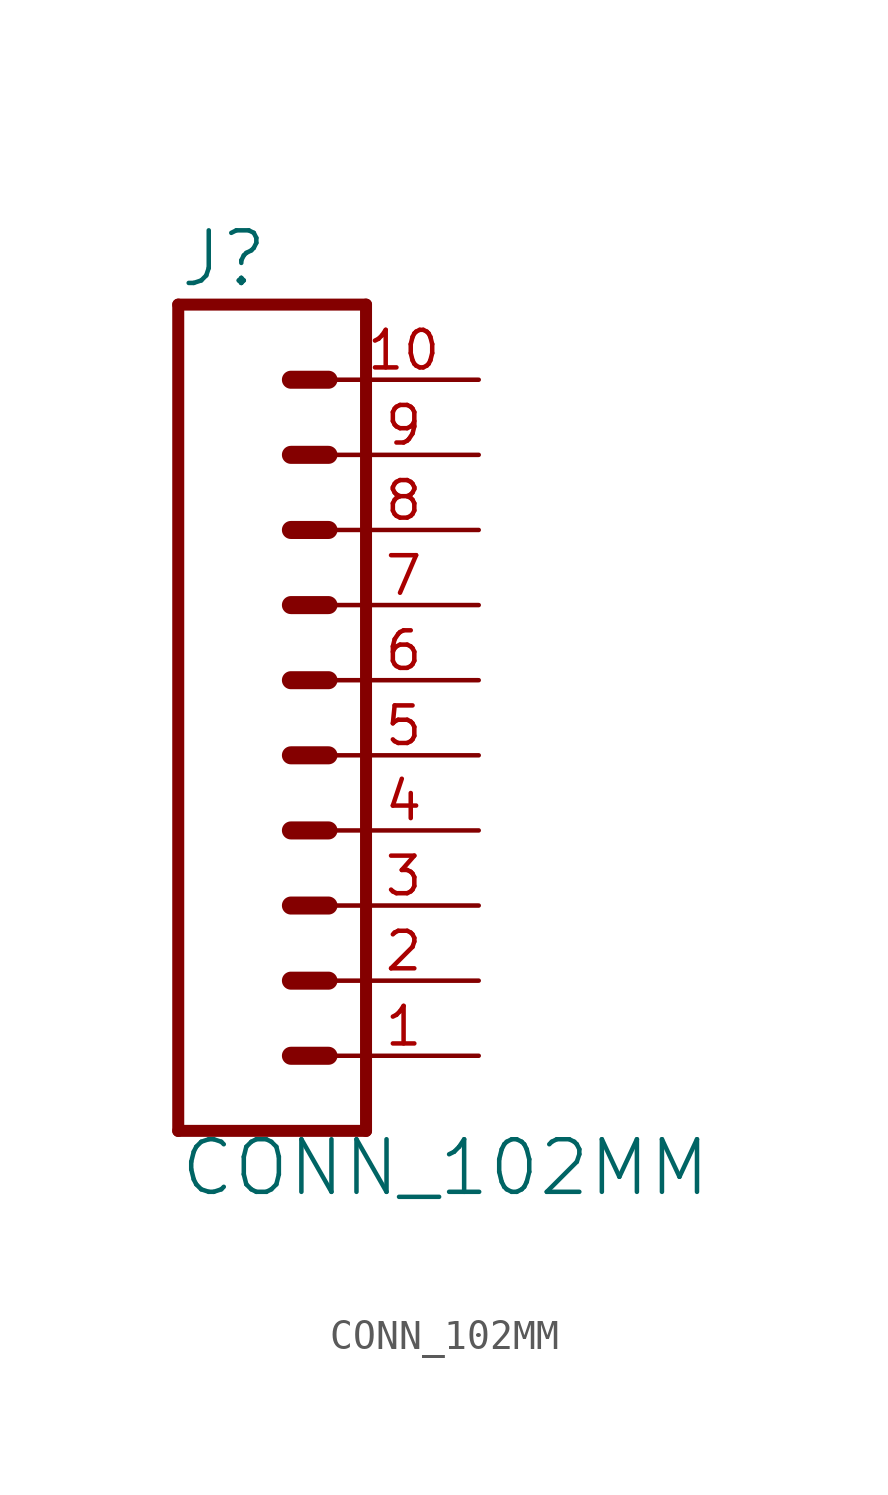
<source format=kicad_sym>
(kicad_symbol_lib
  (version 20211014)
  (generator kicad_symbol_editor)
  (symbol "CONN_102MM"
    (property "Reference" "J"
      (at 0 8.128 0)
      (effects (font (size 1.778 1.778)) (justify left bottom)))
    (property "Value" "CONN_102MM"
      (at 0 -22.606 0)
      (effects (font (size 1.778 1.778)) (justify left bottom)))
    (property "ki_locked" ""
      (at 0 0 0)
      (effects (font (size 1.27 1.27))))
    (symbol "CONN_102MM_1_0"
      (polyline (pts (xy 0 7.62) (xy 0 -20.32)) (stroke (width 0.406) (type default) (color 0 0 0 0)) (fill (type none)))
      (polyline (pts (xy 0 7.62) (xy 6.35 7.62)) (stroke (width 0.406) (type default) (color 0 0 0 0)) (fill (type none)))
      (polyline (pts (xy 3.81 -17.78) (xy 5.08 -17.78)) (stroke (width 0.61) (type default) (color 0 0 0 0)) (fill (type none)))
      (polyline (pts (xy 3.81 -15.24) (xy 5.08 -15.24)) (stroke (width 0.61) (type default) (color 0 0 0 0)) (fill (type none)))
      (polyline (pts (xy 3.81 -12.7) (xy 5.08 -12.7)) (stroke (width 0.61) (type default) (color 0 0 0 0)) (fill (type none)))
      (polyline (pts (xy 3.81 -10.16) (xy 5.08 -10.16)) (stroke (width 0.61) (type default) (color 0 0 0 0)) (fill (type none)))
      (polyline (pts (xy 3.81 -7.62) (xy 5.08 -7.62)) (stroke (width 0.61) (type default) (color 0 0 0 0)) (fill (type none)))
      (polyline (pts (xy 3.81 -5.08) (xy 5.08 -5.08)) (stroke (width 0.61) (type default) (color 0 0 0 0)) (fill (type none)))
      (polyline (pts (xy 3.81 -2.54) (xy 5.08 -2.54)) (stroke (width 0.61) (type default) (color 0 0 0 0)) (fill (type none)))
      (polyline (pts (xy 3.81 0) (xy 5.08 0)) (stroke (width 0.61) (type default) (color 0 0 0 0)) (fill (type none)))
      (polyline (pts (xy 3.81 2.54) (xy 5.08 2.54)) (stroke (width 0.61) (type default) (color 0 0 0 0)) (fill (type none)))
      (polyline (pts (xy 3.81 5.08) (xy 5.08 5.08)) (stroke (width 0.61) (type default) (color 0 0 0 0)) (fill (type none)))
      (polyline (pts (xy 6.35 -20.32) (xy 0 -20.32)) (stroke (width 0.406) (type default) (color 0 0 0 0)) (fill (type none)))
      (polyline (pts (xy 6.35 -20.32) (xy 6.35 7.62)) (stroke (width 0.406) (type default) (color 0 0 0 0)) (fill (type none)))
      (pin passive line (at 10.16 -17.78 180) (length 5.08) (name "1" (effects (font (size 0 0)))) (number "1" (effects (font (size 1.27 1.27)))))
      (pin passive line (at 10.16 5.08 180) (length 5.08) (name "10" (effects (font (size 0 0)))) (number "10" (effects (font (size 1.27 1.27)))))
      (pin passive line (at 10.16 -15.24 180) (length 5.08) (name "2" (effects (font (size 0 0)))) (number "2" (effects (font (size 1.27 1.27)))))
      (pin passive line (at 10.16 -12.7 180) (length 5.08) (name "3" (effects (font (size 0 0)))) (number "3" (effects (font (size 1.27 1.27)))))
      (pin passive line (at 10.16 -10.16 180) (length 5.08) (name "4" (effects (font (size 0 0)))) (number "4" (effects (font (size 1.27 1.27)))))
      (pin passive line (at 10.16 -7.62 180) (length 5.08) (name "5" (effects (font (size 0 0)))) (number "5" (effects (font (size 1.27 1.27)))))
      (pin passive line (at 10.16 -5.08 180) (length 5.08) (name "6" (effects (font (size 0 0)))) (number "6" (effects (font (size 1.27 1.27)))))
      (pin passive line (at 10.16 -2.54 180) (length 5.08) (name "7" (effects (font (size 0 0)))) (number "7" (effects (font (size 1.27 1.27)))))
      (pin passive line (at 10.16 0 180) (length 5.08) (name "8" (effects (font (size 0 0)))) (number "8" (effects (font (size 1.27 1.27)))))
      (pin passive line (at 10.16 2.54 180) (length 5.08) (name "9" (effects (font (size 0 0)))) (number "9" (effects (font (size 1.27 1.27))))))))
</source>
